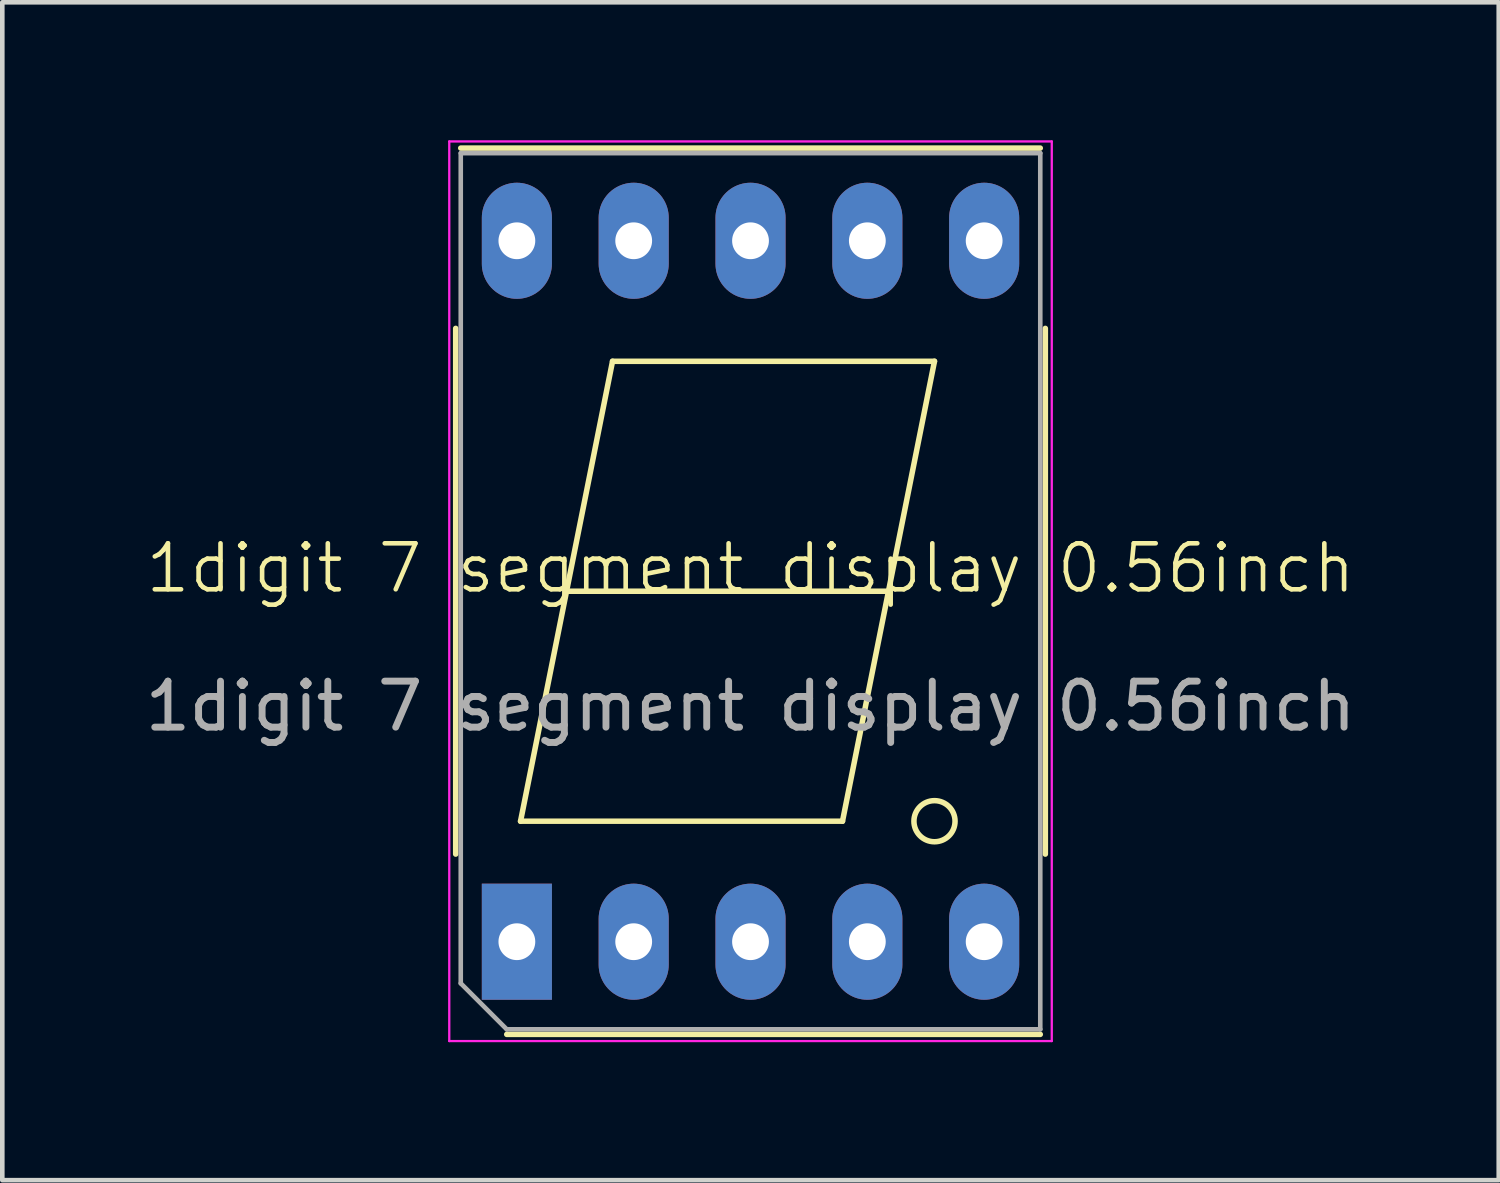
<source format=kicad_pcb>
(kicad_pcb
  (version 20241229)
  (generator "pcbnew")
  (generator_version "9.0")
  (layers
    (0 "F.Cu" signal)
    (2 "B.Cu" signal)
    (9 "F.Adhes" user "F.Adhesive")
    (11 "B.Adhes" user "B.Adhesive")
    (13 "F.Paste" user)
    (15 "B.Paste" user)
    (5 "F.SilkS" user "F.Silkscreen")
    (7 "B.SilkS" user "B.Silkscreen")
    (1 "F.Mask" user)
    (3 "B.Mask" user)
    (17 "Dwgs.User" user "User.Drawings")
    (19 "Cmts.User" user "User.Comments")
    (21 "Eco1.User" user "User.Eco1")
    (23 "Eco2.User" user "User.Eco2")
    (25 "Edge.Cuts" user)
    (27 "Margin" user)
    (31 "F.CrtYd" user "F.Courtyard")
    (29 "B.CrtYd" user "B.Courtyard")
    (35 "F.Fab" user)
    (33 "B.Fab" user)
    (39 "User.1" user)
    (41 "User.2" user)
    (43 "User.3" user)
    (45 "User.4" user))
  (footprint "1digit 7 segment display 0.56inch"
    (layer "F.Cu")
    (at 13.268 9.805)
    (property "Reference" "1digit 7 segment display 0.56inch" (at 0 -0.5 0) (unlocked yes) (layer "F.SilkS") (effects (font (size 1 1) (thickness 0.1))))
    (attr smd)
    (fp_line (start -6.41 5.715) (end -6.41 -5.715) (stroke (width 0.12) (type solid)) (layer "F.SilkS"))
    (fp_line (start -5.3 9.635) (end 6.3 9.635) (stroke (width 0.12) (type solid)) (layer "F.SilkS"))
    (fp_line (start -5 5) (end 2 5) (stroke (width 0.12) (type solid)) (layer "F.SilkS"))
    (fp_line (start -4 0) (end -5 5) (stroke (width 0.12) (type solid)) (layer "F.SilkS"))
    (fp_line (start -3 -5) (end -4 0) (stroke (width 0.12) (type solid)) (layer "F.SilkS"))
    (fp_line (start -3 -5) (end 4 -5) (stroke (width 0.12) (type solid)) (layer "F.SilkS"))
    (fp_line (start 2 5) (end 3 0) (stroke (width 0.12) (type solid)) (layer "F.SilkS"))
    (fp_line (start 3 0) (end -4 0) (stroke (width 0.12) (type solid)) (layer "F.SilkS"))
    (fp_line (start 4 -5) (end 3 0) (stroke (width 0.12) (type solid)) (layer "F.SilkS"))
    (fp_line (start 6.3 -9.635) (end -6.3 -9.635) (stroke (width 0.12) (type solid)) (layer "F.SilkS"))
    (fp_line (start 6.41 5.715) (end 6.41 -5.715) (stroke (width 0.12) (type solid)) (layer "F.SilkS"))
    (fp_circle (center 4 5) (end 4 4.553) (stroke (width 0.12) (type solid)) (fill no) (layer "F.SilkS"))
    (fp_line (start -6.55 -9.78) (end 6.55 -9.78) (stroke (width 0.05) (type solid)) (layer "F.CrtYd"))
    (fp_line (start -6.55 9.78) (end -6.55 -9.78) (stroke (width 0.05) (type solid)) (layer "F.CrtYd"))
    (fp_line (start -6.55 9.78) (end 6.55 9.78) (stroke (width 0.05) (type solid)) (layer "F.CrtYd"))
    (fp_line (start 6.55 9.78) (end 6.55 -9.78) (stroke (width 0.05) (type solid)) (layer "F.CrtYd"))
    (fp_line (start -6.3 8.525) (end -6.3 -9.525) (stroke (width 0.1) (type solid)) (layer "F.Fab"))
    (fp_line (start -6.3 8.525) (end -5.3 9.525) (stroke (width 0.1) (type solid)) (layer "F.Fab"))
    (fp_line (start -5.3 9.525) (end 6.3 9.525) (stroke (width 0.1) (type solid)) (layer "F.Fab"))
    (fp_line (start 6.3 -9.525) (end -6.3 -9.525) (stroke (width 0.1) (type solid)) (layer "F.Fab"))
    (fp_line (start 6.3 9.525) (end 6.3 -9.525) (stroke (width 0.1) (type solid)) (layer "F.Fab"))
    (fp_text user "${REFERENCE}" (at 0 2.5 0) (unlocked yes) (layer "F.Fab") (effects (font (size 1 1) (thickness 0.15))))
    (pad "1" thru_hole rect (at -5.08 7.62) (size 1.524 2.524) (drill 0.8) (layers "*.Cu" "*.Mask"))
    (pad "2" thru_hole oval (at -2.54 7.62) (size 1.524 2.524) (drill 0.8) (layers "*.Cu" "*.Mask"))
    (pad "3" thru_hole oval (at 0 7.62) (size 1.524 2.524) (drill 0.8) (layers "*.Cu" "*.Mask"))
    (pad "4" thru_hole oval (at 2.54 7.62) (size 1.524 2.524) (drill 0.8) (layers "*.Cu" "*.Mask"))
    (pad "5" thru_hole oval (at 5.08 7.62) (size 1.524 2.524) (drill 0.8) (layers "*.Cu" "*.Mask"))
    (pad "6" thru_hole oval (at 5.08 -7.62) (size 1.524 2.524) (drill 0.8) (layers "*.Cu" "*.Mask"))
    (pad "7" thru_hole oval (at 2.54 -7.62) (size 1.524 2.524) (drill 0.8) (layers "*.Cu" "*.Mask"))
    (pad "8" thru_hole oval (at 0 -7.62) (size 1.524 2.524) (drill 0.8) (layers "*.Cu" "*.Mask"))
    (pad "9" thru_hole oval (at -2.54 -7.62) (size 1.524 2.524) (drill 0.8) (layers "*.Cu" "*.Mask"))
    (pad "10" thru_hole oval (at -5.08 -7.62) (size 1.524 2.524) (drill 0.8) (layers "*.Cu" "*.Mask")))
  (gr_rect
    (start -3 -3)
    (end 29.536 22.61)
    (stroke (width 0.1) (type default))
    (fill no)
    (layer "Edge.Cuts")))
</source>
